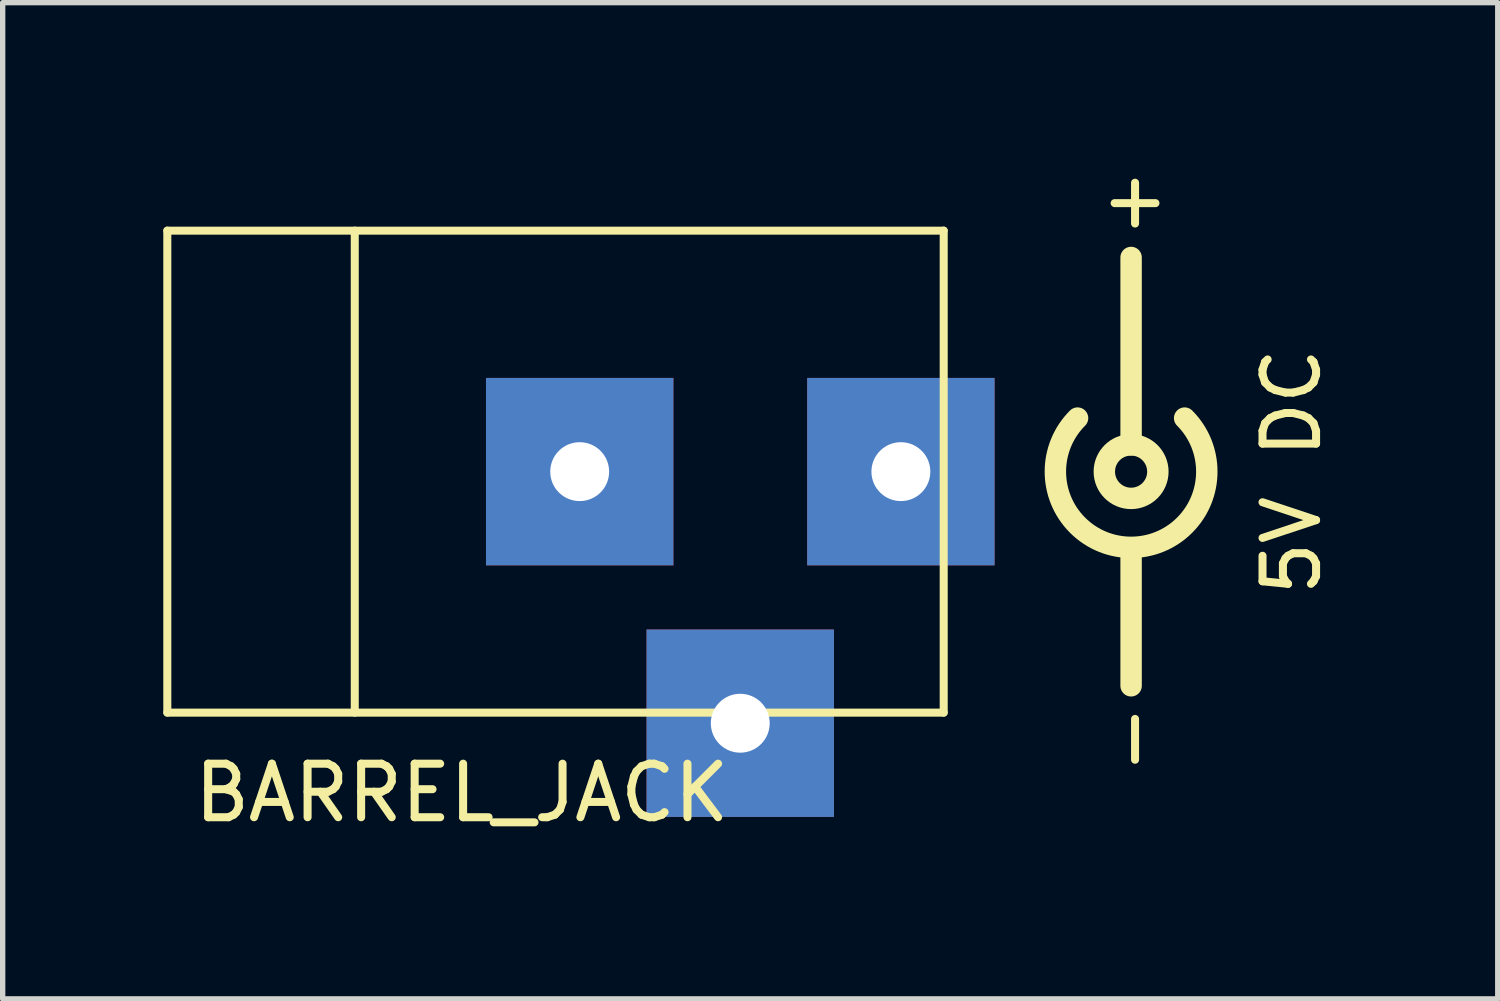
<source format=kicad_pcb>
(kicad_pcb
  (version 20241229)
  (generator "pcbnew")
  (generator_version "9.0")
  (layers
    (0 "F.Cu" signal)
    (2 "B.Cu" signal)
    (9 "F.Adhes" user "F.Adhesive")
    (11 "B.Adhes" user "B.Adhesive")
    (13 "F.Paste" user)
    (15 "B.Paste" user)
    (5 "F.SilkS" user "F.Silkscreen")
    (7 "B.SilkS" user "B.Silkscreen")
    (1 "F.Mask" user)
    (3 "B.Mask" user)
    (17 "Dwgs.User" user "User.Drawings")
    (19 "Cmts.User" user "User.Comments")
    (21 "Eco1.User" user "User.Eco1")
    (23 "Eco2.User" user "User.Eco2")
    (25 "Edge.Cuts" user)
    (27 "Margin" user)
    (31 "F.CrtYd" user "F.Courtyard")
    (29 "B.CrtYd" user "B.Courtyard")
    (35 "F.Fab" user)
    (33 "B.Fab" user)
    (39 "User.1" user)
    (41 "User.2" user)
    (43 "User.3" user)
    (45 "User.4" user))
  (footprint "BARREL_JACK"
    (layer "F.Cu")
    (at 7.576 5.759)
    (property "Reference" "BARREL_JACK" (at -2 6 180) (layer "F.SilkS") (effects (font (size 1 1) (thickness 0.15))))
    (attr through_hole)
    (fp_line (start -7.501 -4.501) (end -7.501 4.501) (stroke (width 0.15) (type solid)) (layer "F.SilkS"))
    (fp_line (start -7.501 4.501) (end 7 4.501) (stroke (width 0.15) (type solid)) (layer "F.SilkS"))
    (fp_line (start -4 -4.501) (end -4 4.501) (stroke (width 0.15) (type solid)) (layer "F.SilkS"))
    (fp_line (start 7 -4.501) (end -7.501 -4.501) (stroke (width 0.15) (type solid)) (layer "F.SilkS"))
    (fp_line (start 7 4.501) (end 7 -4.501) (stroke (width 0.15) (type solid)) (layer "F.SilkS"))
    (fp_line (start 10.5 -0.5) (end 10.5 -4) (stroke (width 0.4) (type solid)) (layer "F.SilkS"))
    (fp_line (start 10.5 1.5) (end 10.5 4) (stroke (width 0.4) (type solid)) (layer "F.SilkS"))
    (fp_arc (start 11.5 -1) (mid 10.5 1.414214) (end 9.5 -1) (stroke (width 0.4) (type solid)) (layer "F.SilkS"))
    (fp_circle (center 10.5 0) (end 10.5 0.5) (stroke (width 0.4) (type solid)) (fill no) (layer "F.SilkS"))
    (fp_text user "5V DC" (at 13.5 0 90) (layer "F.SilkS") (effects (font (size 1 1) (thickness 0.15))))
    (fp_text user "-" (at 10.5 5 90) (layer "F.SilkS") (effects (font (size 1 1) (thickness 0.15))))
    (fp_text user "+" (at 10.5 -5.015 90) (layer "F.SilkS") (effects (font (size 1 1) (thickness 0.15))))
    (pad "1" thru_hole rect (at 6.2 0) (size 3.5 3.5) (drill 1.1) (layers "*.Cu" "*.Mask"))
    (pad "2" thru_hole rect (at 0.201 0) (size 3.5 3.5) (drill 1.1) (layers "*.Cu" "*.Mask"))
    (pad "3" thru_hole rect (at 3.2 4.699) (size 3.5 3.5) (drill 1.1) (layers "*.Cu" "*.Mask")))
  (gr_rect
    (start -3 -3)
    (end 24.924 15.607)
    (stroke (width 0.1) (type default))
    (fill no)
    (layer "Edge.Cuts")))
</source>
